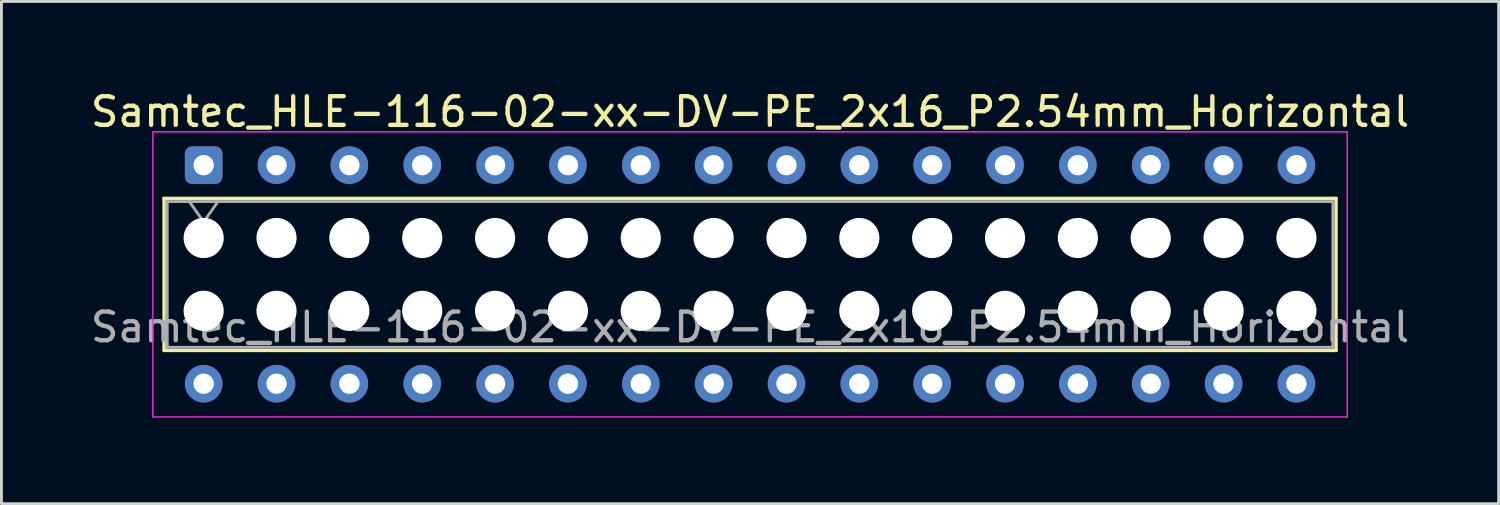
<source format=kicad_pcb>
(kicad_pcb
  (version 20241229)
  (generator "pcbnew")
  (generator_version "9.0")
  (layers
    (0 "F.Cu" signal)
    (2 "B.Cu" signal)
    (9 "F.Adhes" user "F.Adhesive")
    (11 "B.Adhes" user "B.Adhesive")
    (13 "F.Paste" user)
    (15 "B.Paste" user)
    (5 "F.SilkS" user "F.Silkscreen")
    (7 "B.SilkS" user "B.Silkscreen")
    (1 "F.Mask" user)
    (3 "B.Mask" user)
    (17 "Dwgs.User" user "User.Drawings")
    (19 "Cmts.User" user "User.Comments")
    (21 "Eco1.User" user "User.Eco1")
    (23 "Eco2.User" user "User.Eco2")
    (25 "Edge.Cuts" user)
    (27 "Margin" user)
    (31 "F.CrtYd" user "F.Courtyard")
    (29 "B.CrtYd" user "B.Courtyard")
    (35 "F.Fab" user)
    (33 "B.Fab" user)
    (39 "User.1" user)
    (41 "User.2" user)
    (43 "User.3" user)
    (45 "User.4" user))
  (footprint "Samtec_HLE-116-02-xx-DV-PE_2x16_P2.54mm_Horizontal"
    (layer "F.Cu")
    (at 4.051 2.708)
    (property "Reference" "Samtec_HLE-116-02-xx-DV-PE_2x16_P2.54mm_Horizontal" (at 19.05 -1.86 0) (layer "F.SilkS") (effects (font (size 1 1) (thickness 0.15))))
    (attr through_hole)
    (fp_line (start -1.38 1.16) (end 39.48 1.16) (stroke (width 0.12) (type solid)) (layer "F.SilkS"))
    (fp_line (start -1.38 6.46) (end -1.38 1.16) (stroke (width 0.12) (type solid)) (layer "F.SilkS"))
    (fp_line (start 39.48 1.16) (end 39.48 6.46) (stroke (width 0.12) (type solid)) (layer "F.SilkS"))
    (fp_line (start 39.48 6.46) (end -1.38 6.46) (stroke (width 0.12) (type solid)) (layer "F.SilkS"))
    (fp_line (start -1.77 -1.16) (end 39.87 -1.16) (stroke (width 0.05) (type solid)) (layer "F.CrtYd"))
    (fp_line (start -1.77 8.78) (end -1.77 -1.16) (stroke (width 0.05) (type solid)) (layer "F.CrtYd"))
    (fp_line (start 39.87 -1.16) (end 39.87 8.78) (stroke (width 0.05) (type solid)) (layer "F.CrtYd"))
    (fp_line (start 39.87 8.78) (end -1.77 8.78) (stroke (width 0.05) (type solid)) (layer "F.CrtYd"))
    (fp_line (start -1.27 1.27) (end 39.37 1.27) (stroke (width 0.1) (type solid)) (layer "F.Fab"))
    (fp_line (start -1.27 6.35) (end -1.27 1.27) (stroke (width 0.1) (type solid)) (layer "F.Fab"))
    (fp_line (start -0.5 1.27) (end 0 1.977) (stroke (width 0.1) (type solid)) (layer "F.Fab"))
    (fp_line (start 0 1.977) (end 0.5 1.27) (stroke (width 0.1) (type solid)) (layer "F.Fab"))
    (fp_line (start 39.37 1.27) (end 39.37 6.35) (stroke (width 0.1) (type solid)) (layer "F.Fab"))
    (fp_line (start 39.37 6.35) (end -1.27 6.35) (stroke (width 0.1) (type solid)) (layer "F.Fab"))
    (fp_text user "${REFERENCE}" (at 19.05 5.65 0) (layer "F.Fab") (effects (font (size 1 1) (thickness 0.15))))
    (pad "" np_thru_hole circle (at 0 2.54) (size 1.4 1.4) (drill 1.4) (layers "*.Cu" "*.Mask"))
    (pad "" np_thru_hole circle (at 0 5.08) (size 1.4 1.4) (drill 1.4) (layers "*.Cu" "*.Mask"))
    (pad "" np_thru_hole circle (at 2.54 2.54) (size 1.4 1.4) (drill 1.4) (layers "*.Cu" "*.Mask"))
    (pad "" np_thru_hole circle (at 2.54 5.08) (size 1.4 1.4) (drill 1.4) (layers "*.Cu" "*.Mask"))
    (pad "" np_thru_hole circle (at 5.08 2.54) (size 1.4 1.4) (drill 1.4) (layers "*.Cu" "*.Mask"))
    (pad "" np_thru_hole circle (at 5.08 5.08) (size 1.4 1.4) (drill 1.4) (layers "*.Cu" "*.Mask"))
    (pad "" np_thru_hole circle (at 7.62 2.54) (size 1.4 1.4) (drill 1.4) (layers "*.Cu" "*.Mask"))
    (pad "" np_thru_hole circle (at 7.62 5.08) (size 1.4 1.4) (drill 1.4) (layers "*.Cu" "*.Mask"))
    (pad "" np_thru_hole circle (at 10.16 2.54) (size 1.4 1.4) (drill 1.4) (layers "*.Cu" "*.Mask"))
    (pad "" np_thru_hole circle (at 10.16 5.08) (size 1.4 1.4) (drill 1.4) (layers "*.Cu" "*.Mask"))
    (pad "" np_thru_hole circle (at 12.7 2.54) (size 1.4 1.4) (drill 1.4) (layers "*.Cu" "*.Mask"))
    (pad "" np_thru_hole circle (at 12.7 5.08) (size 1.4 1.4) (drill 1.4) (layers "*.Cu" "*.Mask"))
    (pad "" np_thru_hole circle (at 15.24 2.54) (size 1.4 1.4) (drill 1.4) (layers "*.Cu" "*.Mask"))
    (pad "" np_thru_hole circle (at 15.24 5.08) (size 1.4 1.4) (drill 1.4) (layers "*.Cu" "*.Mask"))
    (pad "" np_thru_hole circle (at 17.78 2.54) (size 1.4 1.4) (drill 1.4) (layers "*.Cu" "*.Mask"))
    (pad "" np_thru_hole circle (at 17.78 5.08) (size 1.4 1.4) (drill 1.4) (layers "*.Cu" "*.Mask"))
    (pad "" np_thru_hole circle (at 20.32 2.54) (size 1.4 1.4) (drill 1.4) (layers "*.Cu" "*.Mask"))
    (pad "" np_thru_hole circle (at 20.32 5.08) (size 1.4 1.4) (drill 1.4) (layers "*.Cu" "*.Mask"))
    (pad "" np_thru_hole circle (at 22.86 2.54) (size 1.4 1.4) (drill 1.4) (layers "*.Cu" "*.Mask"))
    (pad "" np_thru_hole circle (at 22.86 5.08) (size 1.4 1.4) (drill 1.4) (layers "*.Cu" "*.Mask"))
    (pad "" np_thru_hole circle (at 25.4 2.54) (size 1.4 1.4) (drill 1.4) (layers "*.Cu" "*.Mask"))
    (pad "" np_thru_hole circle (at 25.4 5.08) (size 1.4 1.4) (drill 1.4) (layers "*.Cu" "*.Mask"))
    (pad "" np_thru_hole circle (at 27.94 2.54) (size 1.4 1.4) (drill 1.4) (layers "*.Cu" "*.Mask"))
    (pad "" np_thru_hole circle (at 27.94 5.08) (size 1.4 1.4) (drill 1.4) (layers "*.Cu" "*.Mask"))
    (pad "" np_thru_hole circle (at 30.48 2.54) (size 1.4 1.4) (drill 1.4) (layers "*.Cu" "*.Mask"))
    (pad "" np_thru_hole circle (at 30.48 5.08) (size 1.4 1.4) (drill 1.4) (layers "*.Cu" "*.Mask"))
    (pad "" np_thru_hole circle (at 33.02 2.54) (size 1.4 1.4) (drill 1.4) (layers "*.Cu" "*.Mask"))
    (pad "" np_thru_hole circle (at 33.02 5.08) (size 1.4 1.4) (drill 1.4) (layers "*.Cu" "*.Mask"))
    (pad "" np_thru_hole circle (at 35.56 2.54) (size 1.4 1.4) (drill 1.4) (layers "*.Cu" "*.Mask"))
    (pad "" np_thru_hole circle (at 35.56 5.08) (size 1.4 1.4) (drill 1.4) (layers "*.Cu" "*.Mask"))
    (pad "" np_thru_hole circle (at 38.1 2.54) (size 1.4 1.4) (drill 1.4) (layers "*.Cu" "*.Mask"))
    (pad "" np_thru_hole circle (at 38.1 5.08) (size 1.4 1.4) (drill 1.4) (layers "*.Cu" "*.Mask"))
    (pad "1" thru_hole roundrect (at 0 0) (size 1.31 1.31) (drill 0.71) (layers "*.Cu" "*.Mask") (roundrect_rratio 0.191))
    (pad "2" thru_hole circle (at 0 7.62) (size 1.31 1.31) (drill 0.71) (layers "*.Cu" "*.Mask"))
    (pad "3" thru_hole circle (at 2.54 0) (size 1.31 1.31) (drill 0.71) (layers "*.Cu" "*.Mask"))
    (pad "4" thru_hole circle (at 2.54 7.62) (size 1.31 1.31) (drill 0.71) (layers "*.Cu" "*.Mask"))
    (pad "5" thru_hole circle (at 5.08 0) (size 1.31 1.31) (drill 0.71) (layers "*.Cu" "*.Mask"))
    (pad "6" thru_hole circle (at 5.08 7.62) (size 1.31 1.31) (drill 0.71) (layers "*.Cu" "*.Mask"))
    (pad "7" thru_hole circle (at 7.62 0) (size 1.31 1.31) (drill 0.71) (layers "*.Cu" "*.Mask"))
    (pad "8" thru_hole circle (at 7.62 7.62) (size 1.31 1.31) (drill 0.71) (layers "*.Cu" "*.Mask"))
    (pad "9" thru_hole circle (at 10.16 0) (size 1.31 1.31) (drill 0.71) (layers "*.Cu" "*.Mask"))
    (pad "10" thru_hole circle (at 10.16 7.62) (size 1.31 1.31) (drill 0.71) (layers "*.Cu" "*.Mask"))
    (pad "11" thru_hole circle (at 12.7 0) (size 1.31 1.31) (drill 0.71) (layers "*.Cu" "*.Mask"))
    (pad "12" thru_hole circle (at 12.7 7.62) (size 1.31 1.31) (drill 0.71) (layers "*.Cu" "*.Mask"))
    (pad "13" thru_hole circle (at 15.24 0) (size 1.31 1.31) (drill 0.71) (layers "*.Cu" "*.Mask"))
    (pad "14" thru_hole circle (at 15.24 7.62) (size 1.31 1.31) (drill 0.71) (layers "*.Cu" "*.Mask"))
    (pad "15" thru_hole circle (at 17.78 0) (size 1.31 1.31) (drill 0.71) (layers "*.Cu" "*.Mask"))
    (pad "16" thru_hole circle (at 17.78 7.62) (size 1.31 1.31) (drill 0.71) (layers "*.Cu" "*.Mask"))
    (pad "17" thru_hole circle (at 20.32 0) (size 1.31 1.31) (drill 0.71) (layers "*.Cu" "*.Mask"))
    (pad "18" thru_hole circle (at 20.32 7.62) (size 1.31 1.31) (drill 0.71) (layers "*.Cu" "*.Mask"))
    (pad "19" thru_hole circle (at 22.86 0) (size 1.31 1.31) (drill 0.71) (layers "*.Cu" "*.Mask"))
    (pad "20" thru_hole circle (at 22.86 7.62) (size 1.31 1.31) (drill 0.71) (layers "*.Cu" "*.Mask"))
    (pad "21" thru_hole circle (at 25.4 0) (size 1.31 1.31) (drill 0.71) (layers "*.Cu" "*.Mask"))
    (pad "22" thru_hole circle (at 25.4 7.62) (size 1.31 1.31) (drill 0.71) (layers "*.Cu" "*.Mask"))
    (pad "23" thru_hole circle (at 27.94 0) (size 1.31 1.31) (drill 0.71) (layers "*.Cu" "*.Mask"))
    (pad "24" thru_hole circle (at 27.94 7.62) (size 1.31 1.31) (drill 0.71) (layers "*.Cu" "*.Mask"))
    (pad "25" thru_hole circle (at 30.48 0) (size 1.31 1.31) (drill 0.71) (layers "*.Cu" "*.Mask"))
    (pad "26" thru_hole circle (at 30.48 7.62) (size 1.31 1.31) (drill 0.71) (layers "*.Cu" "*.Mask"))
    (pad "27" thru_hole circle (at 33.02 0) (size 1.31 1.31) (drill 0.71) (layers "*.Cu" "*.Mask"))
    (pad "28" thru_hole circle (at 33.02 7.62) (size 1.31 1.31) (drill 0.71) (layers "*.Cu" "*.Mask"))
    (pad "29" thru_hole circle (at 35.56 0) (size 1.31 1.31) (drill 0.71) (layers "*.Cu" "*.Mask"))
    (pad "30" thru_hole circle (at 35.56 7.62) (size 1.31 1.31) (drill 0.71) (layers "*.Cu" "*.Mask"))
    (pad "31" thru_hole circle (at 38.1 0) (size 1.31 1.31) (drill 0.71) (layers "*.Cu" "*.Mask"))
    (pad "32" thru_hole circle (at 38.1 7.62) (size 1.31 1.31) (drill 0.71) (layers "*.Cu" "*.Mask")))
  (gr_rect
    (start -3 -3)
    (end 49.202 14.513)
    (stroke (width 0.1) (type default))
    (fill no)
    (layer "Edge.Cuts")))
</source>
